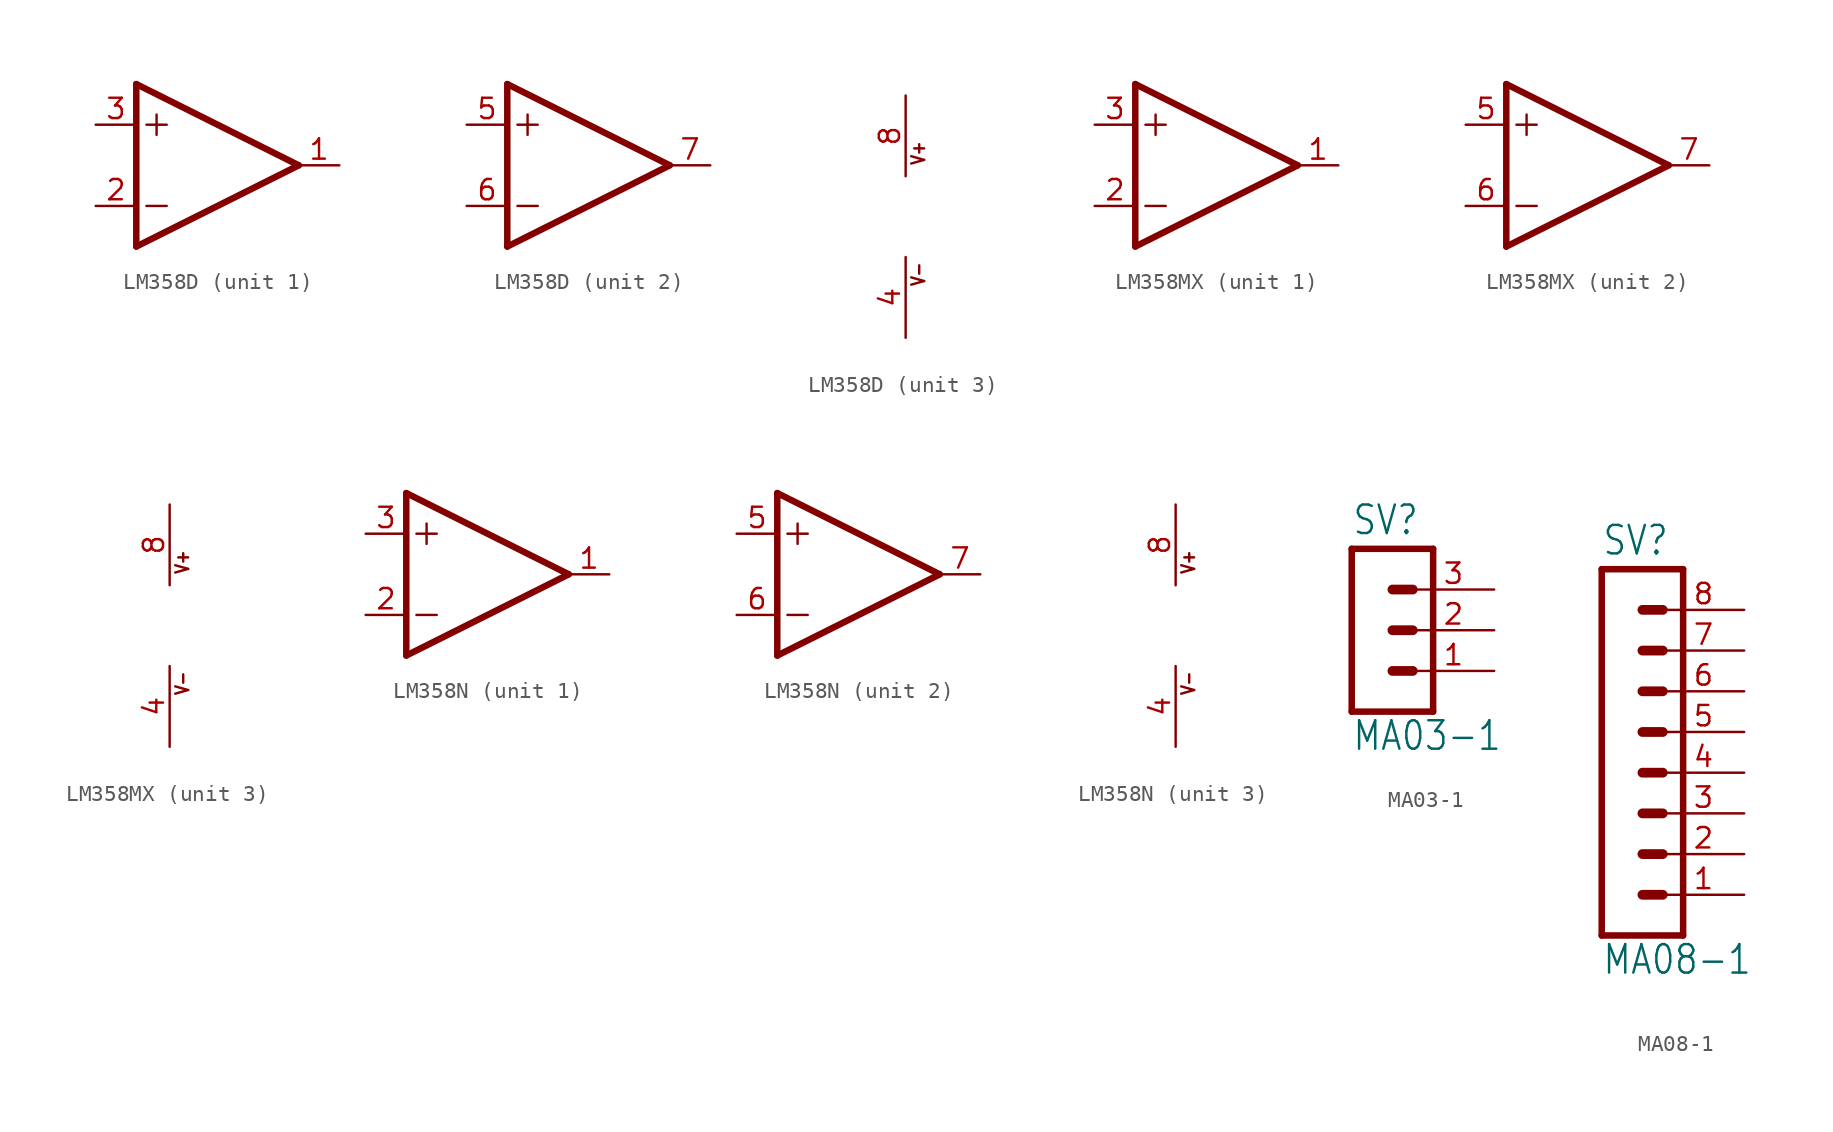
<source format=kicad_sym>
(kicad_symbol_lib
  (version 20220331)
  (generator kicad_symbol_editor)
  (symbol "LM358D"
    (property "Reference" "IC"
      (at 2.54 3.175 0)
      (effects (font (size 1.778 1.511)) (justify left bottom) hide))
    (property "ki_locked" ""
      (at 0 0 0)
      (effects (font (size 1.27 1.27))))
    (symbol "LM358D_1_0"
      (polyline (pts (xy -5.08 -5.08) (xy 5.08 0)) (stroke (width 0.406) (type solid)) (fill (type none)))
      (polyline (pts (xy -5.08 5.08) (xy -5.08 -5.08)) (stroke (width 0.406) (type solid)) (fill (type none)))
      (polyline (pts (xy -4.445 -2.54) (xy -3.175 -2.54)) (stroke (width 0.152) (type solid)) (fill (type none)))
      (polyline (pts (xy -4.445 2.54) (xy -3.175 2.54)) (stroke (width 0.152) (type solid)) (fill (type none)))
      (polyline (pts (xy -3.81 3.175) (xy -3.81 1.905)) (stroke (width 0.152) (type solid)) (fill (type none)))
      (polyline (pts (xy 5.08 0) (xy -5.08 5.08)) (stroke (width 0.406) (type solid)) (fill (type none)))
      (pin output line (at 7.62 0 180) (length 2.54) (name "OUT" (effects (font (size 0 0)))) (number "1" (effects (font (size 1.27 1.27)))))
      (pin input line (at -7.62 -2.54 0) (length 2.54) (name "-IN" (effects (font (size 0 0)))) (number "2" (effects (font (size 1.27 1.27)))))
      (pin input line (at -7.62 2.54 0) (length 2.54) (name "+IN" (effects (font (size 0 0)))) (number "3" (effects (font (size 1.27 1.27))))))
    (symbol "LM358D_2_0"
      (polyline (pts (xy -5.08 -5.08) (xy 5.08 0)) (stroke (width 0.406) (type solid)) (fill (type none)))
      (polyline (pts (xy -5.08 5.08) (xy -5.08 -5.08)) (stroke (width 0.406) (type solid)) (fill (type none)))
      (polyline (pts (xy -4.445 -2.54) (xy -3.175 -2.54)) (stroke (width 0.152) (type solid)) (fill (type none)))
      (polyline (pts (xy -4.445 2.54) (xy -3.175 2.54)) (stroke (width 0.152) (type solid)) (fill (type none)))
      (polyline (pts (xy -3.81 3.175) (xy -3.81 1.905)) (stroke (width 0.152) (type solid)) (fill (type none)))
      (polyline (pts (xy 5.08 0) (xy -5.08 5.08)) (stroke (width 0.406) (type solid)) (fill (type none)))
      (pin input line (at -7.62 2.54 0) (length 2.54) (name "+IN" (effects (font (size 0 0)))) (number "5" (effects (font (size 1.27 1.27)))))
      (pin input line (at -7.62 -2.54 0) (length 2.54) (name "-IN" (effects (font (size 0 0)))) (number "6" (effects (font (size 1.27 1.27)))))
      (pin output line (at 7.62 0 180) (length 2.54) (name "OUT" (effects (font (size 0 0)))) (number "7" (effects (font (size 1.27 1.27))))))
    (symbol "LM358D_3_0"
      (text "V+" (at 1.27 3.175 900) (effects (font (size 0.813 0.691)) (justify left bottom)))
      (text "V-" (at 1.27 -4.445 900) (effects (font (size 0.813 0.691)) (justify left bottom)))
      (pin power_in line (at 0 -7.62 90) (length 5.08) (name "V-" (effects (font (size 0 0)))) (number "4" (effects (font (size 1.27 1.27)))))
      (pin power_in line (at 0 7.62 270) (length 5.08) (name "V+" (effects (font (size 0 0)))) (number "8" (effects (font (size 1.27 1.27)))))))
  (symbol "LM358MX"
    (property "Reference" "IC"
      (at 2.54 3.175 0)
      (effects (font (size 1.778 1.511)) (justify left bottom) hide))
    (property "ki_locked" ""
      (at 0 0 0)
      (effects (font (size 1.27 1.27))))
    (symbol "LM358MX_1_0"
      (polyline (pts (xy -5.08 -5.08) (xy 5.08 0)) (stroke (width 0.406) (type solid)) (fill (type none)))
      (polyline (pts (xy -5.08 5.08) (xy -5.08 -5.08)) (stroke (width 0.406) (type solid)) (fill (type none)))
      (polyline (pts (xy -4.445 -2.54) (xy -3.175 -2.54)) (stroke (width 0.152) (type solid)) (fill (type none)))
      (polyline (pts (xy -4.445 2.54) (xy -3.175 2.54)) (stroke (width 0.152) (type solid)) (fill (type none)))
      (polyline (pts (xy -3.81 3.175) (xy -3.81 1.905)) (stroke (width 0.152) (type solid)) (fill (type none)))
      (polyline (pts (xy 5.08 0) (xy -5.08 5.08)) (stroke (width 0.406) (type solid)) (fill (type none)))
      (pin output line (at 7.62 0 180) (length 2.54) (name "OUT" (effects (font (size 0 0)))) (number "1" (effects (font (size 1.27 1.27)))))
      (pin input line (at -7.62 -2.54 0) (length 2.54) (name "-IN" (effects (font (size 0 0)))) (number "2" (effects (font (size 1.27 1.27)))))
      (pin input line (at -7.62 2.54 0) (length 2.54) (name "+IN" (effects (font (size 0 0)))) (number "3" (effects (font (size 1.27 1.27))))))
    (symbol "LM358MX_2_0"
      (polyline (pts (xy -5.08 -5.08) (xy 5.08 0)) (stroke (width 0.406) (type solid)) (fill (type none)))
      (polyline (pts (xy -5.08 5.08) (xy -5.08 -5.08)) (stroke (width 0.406) (type solid)) (fill (type none)))
      (polyline (pts (xy -4.445 -2.54) (xy -3.175 -2.54)) (stroke (width 0.152) (type solid)) (fill (type none)))
      (polyline (pts (xy -4.445 2.54) (xy -3.175 2.54)) (stroke (width 0.152) (type solid)) (fill (type none)))
      (polyline (pts (xy -3.81 3.175) (xy -3.81 1.905)) (stroke (width 0.152) (type solid)) (fill (type none)))
      (polyline (pts (xy 5.08 0) (xy -5.08 5.08)) (stroke (width 0.406) (type solid)) (fill (type none)))
      (pin input line (at -7.62 2.54 0) (length 2.54) (name "+IN" (effects (font (size 0 0)))) (number "5" (effects (font (size 1.27 1.27)))))
      (pin input line (at -7.62 -2.54 0) (length 2.54) (name "-IN" (effects (font (size 0 0)))) (number "6" (effects (font (size 1.27 1.27)))))
      (pin output line (at 7.62 0 180) (length 2.54) (name "OUT" (effects (font (size 0 0)))) (number "7" (effects (font (size 1.27 1.27))))))
    (symbol "LM358MX_3_0"
      (text "V+" (at 1.27 3.175 900) (effects (font (size 0.813 0.691)) (justify left bottom)))
      (text "V-" (at 1.27 -4.445 900) (effects (font (size 0.813 0.691)) (justify left bottom)))
      (pin power_in line (at 0 -7.62 90) (length 5.08) (name "V-" (effects (font (size 0 0)))) (number "4" (effects (font (size 1.27 1.27)))))
      (pin power_in line (at 0 7.62 270) (length 5.08) (name "V+" (effects (font (size 0 0)))) (number "8" (effects (font (size 1.27 1.27)))))))
  (symbol "LM358N"
    (property "Reference" "IC"
      (at 2.54 3.175 0)
      (effects (font (size 1.778 1.511)) (justify left bottom) hide))
    (property "ki_locked" ""
      (at 0 0 0)
      (effects (font (size 1.27 1.27))))
    (symbol "LM358N_1_0"
      (polyline (pts (xy -5.08 -5.08) (xy 5.08 0)) (stroke (width 0.406) (type solid)) (fill (type none)))
      (polyline (pts (xy -5.08 5.08) (xy -5.08 -5.08)) (stroke (width 0.406) (type solid)) (fill (type none)))
      (polyline (pts (xy -4.445 -2.54) (xy -3.175 -2.54)) (stroke (width 0.152) (type solid)) (fill (type none)))
      (polyline (pts (xy -4.445 2.54) (xy -3.175 2.54)) (stroke (width 0.152) (type solid)) (fill (type none)))
      (polyline (pts (xy -3.81 3.175) (xy -3.81 1.905)) (stroke (width 0.152) (type solid)) (fill (type none)))
      (polyline (pts (xy 5.08 0) (xy -5.08 5.08)) (stroke (width 0.406) (type solid)) (fill (type none)))
      (pin output line (at 7.62 0 180) (length 2.54) (name "OUT" (effects (font (size 0 0)))) (number "1" (effects (font (size 1.27 1.27)))))
      (pin input line (at -7.62 -2.54 0) (length 2.54) (name "-IN" (effects (font (size 0 0)))) (number "2" (effects (font (size 1.27 1.27)))))
      (pin input line (at -7.62 2.54 0) (length 2.54) (name "+IN" (effects (font (size 0 0)))) (number "3" (effects (font (size 1.27 1.27))))))
    (symbol "LM358N_2_0"
      (polyline (pts (xy -5.08 -5.08) (xy 5.08 0)) (stroke (width 0.406) (type solid)) (fill (type none)))
      (polyline (pts (xy -5.08 5.08) (xy -5.08 -5.08)) (stroke (width 0.406) (type solid)) (fill (type none)))
      (polyline (pts (xy -4.445 -2.54) (xy -3.175 -2.54)) (stroke (width 0.152) (type solid)) (fill (type none)))
      (polyline (pts (xy -4.445 2.54) (xy -3.175 2.54)) (stroke (width 0.152) (type solid)) (fill (type none)))
      (polyline (pts (xy -3.81 3.175) (xy -3.81 1.905)) (stroke (width 0.152) (type solid)) (fill (type none)))
      (polyline (pts (xy 5.08 0) (xy -5.08 5.08)) (stroke (width 0.406) (type solid)) (fill (type none)))
      (pin input line (at -7.62 2.54 0) (length 2.54) (name "+IN" (effects (font (size 0 0)))) (number "5" (effects (font (size 1.27 1.27)))))
      (pin input line (at -7.62 -2.54 0) (length 2.54) (name "-IN" (effects (font (size 0 0)))) (number "6" (effects (font (size 1.27 1.27)))))
      (pin output line (at 7.62 0 180) (length 2.54) (name "OUT" (effects (font (size 0 0)))) (number "7" (effects (font (size 1.27 1.27))))))
    (symbol "LM358N_3_0"
      (text "V+" (at 1.27 3.175 900) (effects (font (size 0.813 0.691)) (justify left bottom)))
      (text "V-" (at 1.27 -4.445 900) (effects (font (size 0.813 0.691)) (justify left bottom)))
      (pin power_in line (at 0 -7.62 90) (length 5.08) (name "V-" (effects (font (size 0 0)))) (number "4" (effects (font (size 1.27 1.27)))))
      (pin power_in line (at 0 7.62 270) (length 5.08) (name "V+" (effects (font (size 0 0)))) (number "8" (effects (font (size 1.27 1.27)))))))
  (symbol "MA03-1"
    (property "Reference" "SV"
      (at -1.27 5.842 0)
      (effects (font (size 1.778 1.511)) (justify left bottom)))
    (property "Value" "MA03-1"
      (at -1.27 -7.62 0)
      (effects (font (size 1.778 1.511)) (justify left bottom)))
    (property "ki_locked" ""
      (at 0 0 0)
      (effects (font (size 1.27 1.27))))
    (symbol "MA03-1_1_0"
      (polyline (pts (xy -1.27 5.08) (xy -1.27 -5.08)) (stroke (width 0.406) (type solid)) (fill (type none)))
      (polyline (pts (xy -1.27 5.08) (xy 3.81 5.08)) (stroke (width 0.406) (type solid)) (fill (type none)))
      (polyline (pts (xy 1.27 -2.54) (xy 2.54 -2.54)) (stroke (width 0.61) (type solid)) (fill (type none)))
      (polyline (pts (xy 1.27 0) (xy 2.54 0)) (stroke (width 0.61) (type solid)) (fill (type none)))
      (polyline (pts (xy 1.27 2.54) (xy 2.54 2.54)) (stroke (width 0.61) (type solid)) (fill (type none)))
      (polyline (pts (xy 3.81 -5.08) (xy -1.27 -5.08)) (stroke (width 0.406) (type solid)) (fill (type none)))
      (polyline (pts (xy 3.81 -5.08) (xy 3.81 5.08)) (stroke (width 0.406) (type solid)) (fill (type none)))
      (pin passive line (at 7.62 -2.54 180) (length 5.08) (name "1" (effects (font (size 0 0)))) (number "1" (effects (font (size 1.27 1.27)))))
      (pin passive line (at 7.62 0 180) (length 5.08) (name "2" (effects (font (size 0 0)))) (number "2" (effects (font (size 1.27 1.27)))))
      (pin passive line (at 7.62 2.54 180) (length 5.08) (name "3" (effects (font (size 0 0)))) (number "3" (effects (font (size 1.27 1.27)))))))
  (symbol "MA08-1"
    (property "Reference" "SV"
      (at -1.27 13.462 0)
      (effects (font (size 1.778 1.511)) (justify left bottom)))
    (property "Value" "MA08-1"
      (at -1.27 -12.7 0)
      (effects (font (size 1.778 1.511)) (justify left bottom)))
    (property "ki_locked" ""
      (at 0 0 0)
      (effects (font (size 1.27 1.27))))
    (symbol "MA08-1_1_0"
      (polyline (pts (xy -1.27 12.7) (xy -1.27 -10.16)) (stroke (width 0.406) (type solid)) (fill (type none)))
      (polyline (pts (xy -1.27 12.7) (xy 3.81 12.7)) (stroke (width 0.406) (type solid)) (fill (type none)))
      (polyline (pts (xy 1.27 -7.62) (xy 2.54 -7.62)) (stroke (width 0.61) (type solid)) (fill (type none)))
      (polyline (pts (xy 1.27 -5.08) (xy 2.54 -5.08)) (stroke (width 0.61) (type solid)) (fill (type none)))
      (polyline (pts (xy 1.27 -2.54) (xy 2.54 -2.54)) (stroke (width 0.61) (type solid)) (fill (type none)))
      (polyline (pts (xy 1.27 0) (xy 2.54 0)) (stroke (width 0.61) (type solid)) (fill (type none)))
      (polyline (pts (xy 1.27 2.54) (xy 2.54 2.54)) (stroke (width 0.61) (type solid)) (fill (type none)))
      (polyline (pts (xy 1.27 5.08) (xy 2.54 5.08)) (stroke (width 0.61) (type solid)) (fill (type none)))
      (polyline (pts (xy 1.27 7.62) (xy 2.54 7.62)) (stroke (width 0.61) (type solid)) (fill (type none)))
      (polyline (pts (xy 1.27 10.16) (xy 2.54 10.16)) (stroke (width 0.61) (type solid)) (fill (type none)))
      (polyline (pts (xy 3.81 -10.16) (xy -1.27 -10.16)) (stroke (width 0.406) (type solid)) (fill (type none)))
      (polyline (pts (xy 3.81 -10.16) (xy 3.81 12.7)) (stroke (width 0.406) (type solid)) (fill (type none)))
      (pin passive line (at 7.62 -7.62 180) (length 5.08) (name "1" (effects (font (size 0 0)))) (number "1" (effects (font (size 1.27 1.27)))))
      (pin passive line (at 7.62 -5.08 180) (length 5.08) (name "2" (effects (font (size 0 0)))) (number "2" (effects (font (size 1.27 1.27)))))
      (pin passive line (at 7.62 -2.54 180) (length 5.08) (name "3" (effects (font (size 0 0)))) (number "3" (effects (font (size 1.27 1.27)))))
      (pin passive line (at 7.62 0 180) (length 5.08) (name "4" (effects (font (size 0 0)))) (number "4" (effects (font (size 1.27 1.27)))))
      (pin passive line (at 7.62 2.54 180) (length 5.08) (name "5" (effects (font (size 0 0)))) (number "5" (effects (font (size 1.27 1.27)))))
      (pin passive line (at 7.62 5.08 180) (length 5.08) (name "6" (effects (font (size 0 0)))) (number "6" (effects (font (size 1.27 1.27)))))
      (pin passive line (at 7.62 7.62 180) (length 5.08) (name "7" (effects (font (size 0 0)))) (number "7" (effects (font (size 1.27 1.27)))))
      (pin passive line (at 7.62 10.16 180) (length 5.08) (name "8" (effects (font (size 0 0)))) (number "8" (effects (font (size 1.27 1.27))))))))
</source>
